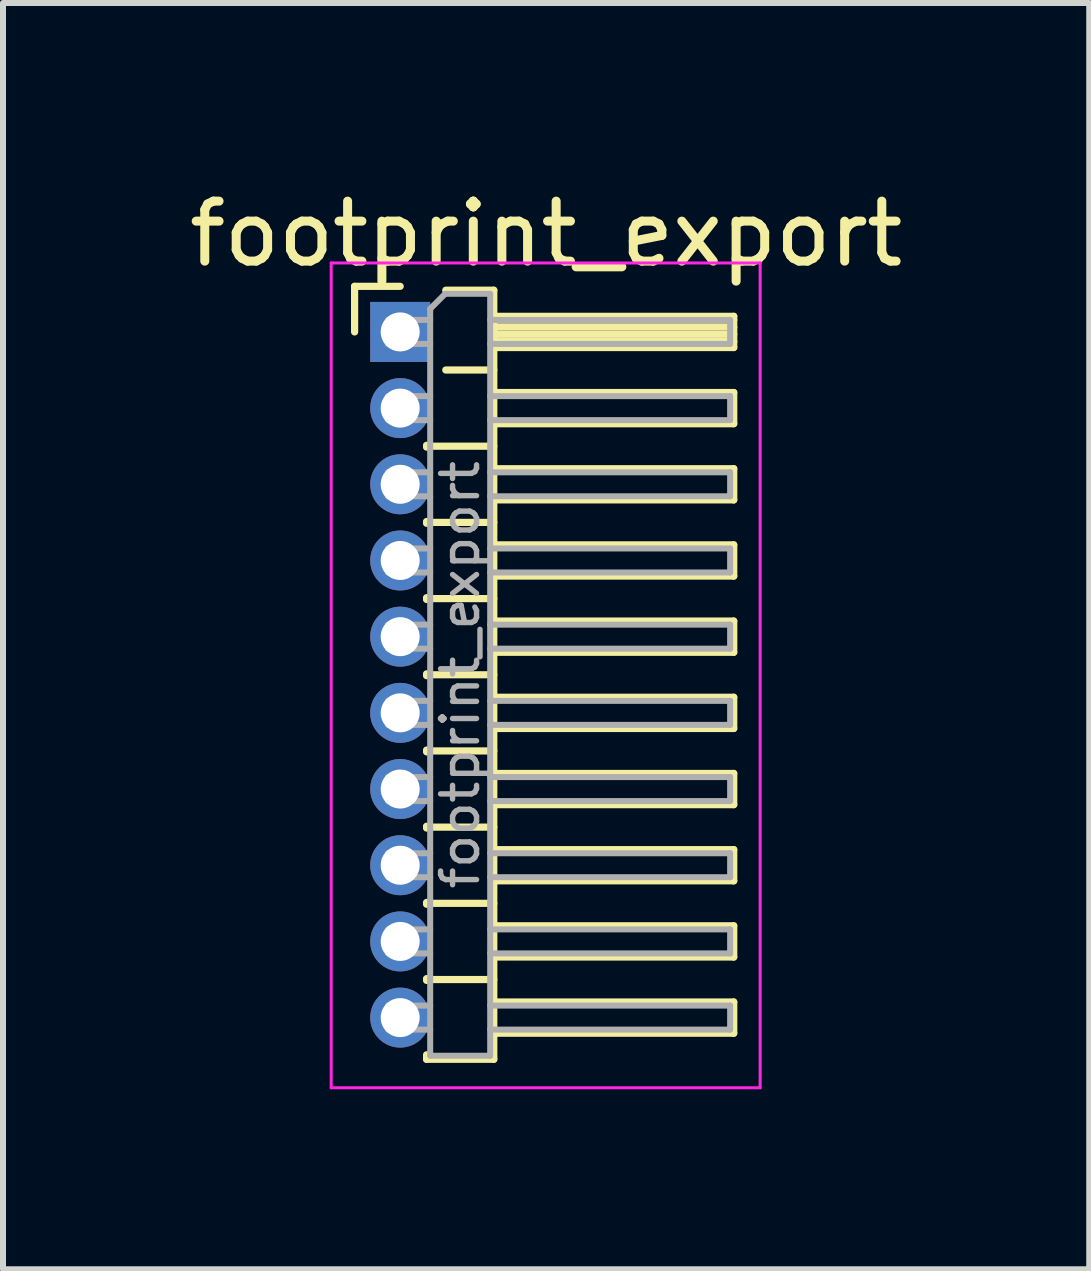
<source format=kicad_pcb>
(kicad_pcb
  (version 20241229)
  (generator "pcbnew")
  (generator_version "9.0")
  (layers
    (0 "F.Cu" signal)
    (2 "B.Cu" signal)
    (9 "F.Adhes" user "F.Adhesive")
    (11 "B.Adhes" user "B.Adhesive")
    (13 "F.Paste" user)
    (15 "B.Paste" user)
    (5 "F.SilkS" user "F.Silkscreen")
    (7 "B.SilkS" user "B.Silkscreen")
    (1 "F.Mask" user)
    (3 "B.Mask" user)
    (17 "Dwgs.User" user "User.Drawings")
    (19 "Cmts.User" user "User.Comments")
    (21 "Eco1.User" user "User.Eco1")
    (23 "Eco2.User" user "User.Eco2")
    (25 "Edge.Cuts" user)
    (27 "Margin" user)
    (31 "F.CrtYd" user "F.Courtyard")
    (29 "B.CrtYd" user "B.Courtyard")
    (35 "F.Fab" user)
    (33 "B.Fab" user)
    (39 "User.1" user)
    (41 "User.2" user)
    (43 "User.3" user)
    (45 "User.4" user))
  (footprint "footprint_export"
    (layer "F.Cu")
    (at 3.621 2.483)
    (property "Reference" "footprint_export" (at 2.433 -1.635 0) (layer "F.SilkS") (effects (font (size 1 1) (thickness 0.15))))
    (attr through_hole)
    (fp_line (start -0.76 -0.76) (end 0 -0.76) (stroke (width 0.12) (type solid)) (layer "F.SilkS"))
    (fp_line (start -0.76 0) (end -0.76 -0.76) (stroke (width 0.12) (type solid)) (layer "F.SilkS"))
    (fp_line (start 0.44 1.89) (end 0.44 1.92) (stroke (width 0.12) (type solid)) (layer "F.SilkS"))
    (fp_line (start 0.44 1.905) (end 1.56 1.905) (stroke (width 0.12) (type solid)) (layer "F.SilkS"))
    (fp_line (start 0.44 3.16) (end 0.44 3.19) (stroke (width 0.12) (type solid)) (layer "F.SilkS"))
    (fp_line (start 0.44 3.175) (end 1.56 3.175) (stroke (width 0.12) (type solid)) (layer "F.SilkS"))
    (fp_line (start 0.44 4.43) (end 0.44 4.46) (stroke (width 0.12) (type solid)) (layer "F.SilkS"))
    (fp_line (start 0.44 4.445) (end 1.56 4.445) (stroke (width 0.12) (type solid)) (layer "F.SilkS"))
    (fp_line (start 0.44 5.7) (end 0.44 5.73) (stroke (width 0.12) (type solid)) (layer "F.SilkS"))
    (fp_line (start 0.44 5.715) (end 1.56 5.715) (stroke (width 0.12) (type solid)) (layer "F.SilkS"))
    (fp_line (start 0.44 6.97) (end 0.44 7) (stroke (width 0.12) (type solid)) (layer "F.SilkS"))
    (fp_line (start 0.44 6.985) (end 1.56 6.985) (stroke (width 0.12) (type solid)) (layer "F.SilkS"))
    (fp_line (start 0.44 8.24) (end 0.44 8.27) (stroke (width 0.12) (type solid)) (layer "F.SilkS"))
    (fp_line (start 0.44 8.255) (end 1.56 8.255) (stroke (width 0.12) (type solid)) (layer "F.SilkS"))
    (fp_line (start 0.44 9.51) (end 0.44 9.54) (stroke (width 0.12) (type solid)) (layer "F.SilkS"))
    (fp_line (start 0.44 9.525) (end 1.56 9.525) (stroke (width 0.12) (type solid)) (layer "F.SilkS"))
    (fp_line (start 0.44 10.78) (end 0.44 10.81) (stroke (width 0.12) (type solid)) (layer "F.SilkS"))
    (fp_line (start 0.44 10.795) (end 1.56 10.795) (stroke (width 0.12) (type solid)) (layer "F.SilkS"))
    (fp_line (start 0.44 12.125) (end 0.44 12.05) (stroke (width 0.12) (type solid)) (layer "F.SilkS"))
    (fp_line (start 0.76 -0.695) (end 1.56 -0.695) (stroke (width 0.12) (type solid)) (layer "F.SilkS"))
    (fp_line (start 0.76 0.635) (end 1.56 0.635) (stroke (width 0.12) (type solid)) (layer "F.SilkS"))
    (fp_line (start 1.56 -0.695) (end 1.56 12.125) (stroke (width 0.12) (type solid)) (layer "F.SilkS"))
    (fp_line (start 1.56 -0.26) (end 5.56 -0.26) (stroke (width 0.12) (type solid)) (layer "F.SilkS"))
    (fp_line (start 1.56 -0.2) (end 5.56 -0.2) (stroke (width 0.12) (type solid)) (layer "F.SilkS"))
    (fp_line (start 1.56 -0.08) (end 5.56 -0.08) (stroke (width 0.12) (type solid)) (layer "F.SilkS"))
    (fp_line (start 1.56 0.04) (end 5.56 0.04) (stroke (width 0.12) (type solid)) (layer "F.SilkS"))
    (fp_line (start 1.56 0.16) (end 5.56 0.16) (stroke (width 0.12) (type solid)) (layer "F.SilkS"))
    (fp_line (start 1.56 1.01) (end 5.56 1.01) (stroke (width 0.12) (type solid)) (layer "F.SilkS"))
    (fp_line (start 1.56 2.28) (end 5.56 2.28) (stroke (width 0.12) (type solid)) (layer "F.SilkS"))
    (fp_line (start 1.56 3.55) (end 5.56 3.55) (stroke (width 0.12) (type solid)) (layer "F.SilkS"))
    (fp_line (start 1.56 4.82) (end 5.56 4.82) (stroke (width 0.12) (type solid)) (layer "F.SilkS"))
    (fp_line (start 1.56 6.09) (end 5.56 6.09) (stroke (width 0.12) (type solid)) (layer "F.SilkS"))
    (fp_line (start 1.56 7.36) (end 5.56 7.36) (stroke (width 0.12) (type solid)) (layer "F.SilkS"))
    (fp_line (start 1.56 8.63) (end 5.56 8.63) (stroke (width 0.12) (type solid)) (layer "F.SilkS"))
    (fp_line (start 1.56 9.9) (end 5.56 9.9) (stroke (width 0.12) (type solid)) (layer "F.SilkS"))
    (fp_line (start 1.56 11.17) (end 5.56 11.17) (stroke (width 0.12) (type solid)) (layer "F.SilkS"))
    (fp_line (start 1.56 12.125) (end 0.44 12.125) (stroke (width 0.12) (type solid)) (layer "F.SilkS"))
    (fp_line (start 5.56 -0.26) (end 5.56 0.26) (stroke (width 0.12) (type solid)) (layer "F.SilkS"))
    (fp_line (start 5.56 0.26) (end 1.56 0.26) (stroke (width 0.12) (type solid)) (layer "F.SilkS"))
    (fp_line (start 5.56 1.01) (end 5.56 1.53) (stroke (width 0.12) (type solid)) (layer "F.SilkS"))
    (fp_line (start 5.56 1.53) (end 1.56 1.53) (stroke (width 0.12) (type solid)) (layer "F.SilkS"))
    (fp_line (start 5.56 2.28) (end 5.56 2.8) (stroke (width 0.12) (type solid)) (layer "F.SilkS"))
    (fp_line (start 5.56 2.8) (end 1.56 2.8) (stroke (width 0.12) (type solid)) (layer "F.SilkS"))
    (fp_line (start 5.56 3.55) (end 5.56 4.07) (stroke (width 0.12) (type solid)) (layer "F.SilkS"))
    (fp_line (start 5.56 4.07) (end 1.56 4.07) (stroke (width 0.12) (type solid)) (layer "F.SilkS"))
    (fp_line (start 5.56 4.82) (end 5.56 5.34) (stroke (width 0.12) (type solid)) (layer "F.SilkS"))
    (fp_line (start 5.56 5.34) (end 1.56 5.34) (stroke (width 0.12) (type solid)) (layer "F.SilkS"))
    (fp_line (start 5.56 6.09) (end 5.56 6.61) (stroke (width 0.12) (type solid)) (layer "F.SilkS"))
    (fp_line (start 5.56 6.61) (end 1.56 6.61) (stroke (width 0.12) (type solid)) (layer "F.SilkS"))
    (fp_line (start 5.56 7.36) (end 5.56 7.88) (stroke (width 0.12) (type solid)) (layer "F.SilkS"))
    (fp_line (start 5.56 7.88) (end 1.56 7.88) (stroke (width 0.12) (type solid)) (layer "F.SilkS"))
    (fp_line (start 5.56 8.63) (end 5.56 9.15) (stroke (width 0.12) (type solid)) (layer "F.SilkS"))
    (fp_line (start 5.56 9.15) (end 1.56 9.15) (stroke (width 0.12) (type solid)) (layer "F.SilkS"))
    (fp_line (start 5.56 9.9) (end 5.56 10.42) (stroke (width 0.12) (type solid)) (layer "F.SilkS"))
    (fp_line (start 5.56 10.42) (end 1.56 10.42) (stroke (width 0.12) (type solid)) (layer "F.SilkS"))
    (fp_line (start 5.56 11.17) (end 5.56 11.69) (stroke (width 0.12) (type solid)) (layer "F.SilkS"))
    (fp_line (start 5.56 11.69) (end 1.56 11.69) (stroke (width 0.12) (type solid)) (layer "F.SilkS"))
    (fp_line (start -1.15 -1.15) (end -1.15 12.6) (stroke (width 0.05) (type solid)) (layer "F.CrtYd"))
    (fp_line (start -1.15 12.6) (end 6 12.6) (stroke (width 0.05) (type solid)) (layer "F.CrtYd"))
    (fp_line (start 6 -1.15) (end -1.15 -1.15) (stroke (width 0.05) (type solid)) (layer "F.CrtYd"))
    (fp_line (start 6 12.6) (end 6 -1.15) (stroke (width 0.05) (type solid)) (layer "F.CrtYd"))
    (fp_line (start -0.2 -0.2) (end -0.2 0.2) (stroke (width 0.1) (type solid)) (layer "F.Fab"))
    (fp_line (start -0.2 -0.2) (end 0.5 -0.2) (stroke (width 0.1) (type solid)) (layer "F.Fab"))
    (fp_line (start -0.2 0.2) (end 0.5 0.2) (stroke (width 0.1) (type solid)) (layer "F.Fab"))
    (fp_line (start -0.2 1.07) (end -0.2 1.47) (stroke (width 0.1) (type solid)) (layer "F.Fab"))
    (fp_line (start -0.2 1.07) (end 0.5 1.07) (stroke (width 0.1) (type solid)) (layer "F.Fab"))
    (fp_line (start -0.2 1.47) (end 0.5 1.47) (stroke (width 0.1) (type solid)) (layer "F.Fab"))
    (fp_line (start -0.2 2.34) (end -0.2 2.74) (stroke (width 0.1) (type solid)) (layer "F.Fab"))
    (fp_line (start -0.2 2.34) (end 0.5 2.34) (stroke (width 0.1) (type solid)) (layer "F.Fab"))
    (fp_line (start -0.2 2.74) (end 0.5 2.74) (stroke (width 0.1) (type solid)) (layer "F.Fab"))
    (fp_line (start -0.2 3.61) (end -0.2 4.01) (stroke (width 0.1) (type solid)) (layer "F.Fab"))
    (fp_line (start -0.2 3.61) (end 0.5 3.61) (stroke (width 0.1) (type solid)) (layer "F.Fab"))
    (fp_line (start -0.2 4.01) (end 0.5 4.01) (stroke (width 0.1) (type solid)) (layer "F.Fab"))
    (fp_line (start -0.2 4.88) (end -0.2 5.28) (stroke (width 0.1) (type solid)) (layer "F.Fab"))
    (fp_line (start -0.2 4.88) (end 0.5 4.88) (stroke (width 0.1) (type solid)) (layer "F.Fab"))
    (fp_line (start -0.2 5.28) (end 0.5 5.28) (stroke (width 0.1) (type solid)) (layer "F.Fab"))
    (fp_line (start -0.2 6.15) (end -0.2 6.55) (stroke (width 0.1) (type solid)) (layer "F.Fab"))
    (fp_line (start -0.2 6.15) (end 0.5 6.15) (stroke (width 0.1) (type solid)) (layer "F.Fab"))
    (fp_line (start -0.2 6.55) (end 0.5 6.55) (stroke (width 0.1) (type solid)) (layer "F.Fab"))
    (fp_line (start -0.2 7.42) (end -0.2 7.82) (stroke (width 0.1) (type solid)) (layer "F.Fab"))
    (fp_line (start -0.2 7.42) (end 0.5 7.42) (stroke (width 0.1) (type solid)) (layer "F.Fab"))
    (fp_line (start -0.2 7.82) (end 0.5 7.82) (stroke (width 0.1) (type solid)) (layer "F.Fab"))
    (fp_line (start -0.2 8.69) (end -0.2 9.09) (stroke (width 0.1) (type solid)) (layer "F.Fab"))
    (fp_line (start -0.2 8.69) (end 0.5 8.69) (stroke (width 0.1) (type solid)) (layer "F.Fab"))
    (fp_line (start -0.2 9.09) (end 0.5 9.09) (stroke (width 0.1) (type solid)) (layer "F.Fab"))
    (fp_line (start -0.2 9.96) (end -0.2 10.36) (stroke (width 0.1) (type solid)) (layer "F.Fab"))
    (fp_line (start -0.2 9.96) (end 0.5 9.96) (stroke (width 0.1) (type solid)) (layer "F.Fab"))
    (fp_line (start -0.2 10.36) (end 0.5 10.36) (stroke (width 0.1) (type solid)) (layer "F.Fab"))
    (fp_line (start -0.2 11.23) (end -0.2 11.63) (stroke (width 0.1) (type solid)) (layer "F.Fab"))
    (fp_line (start -0.2 11.23) (end 0.5 11.23) (stroke (width 0.1) (type solid)) (layer "F.Fab"))
    (fp_line (start -0.2 11.63) (end 0.5 11.63) (stroke (width 0.1) (type solid)) (layer "F.Fab"))
    (fp_line (start 0.5 -0.385) (end 0.75 -0.635) (stroke (width 0.1) (type solid)) (layer "F.Fab"))
    (fp_line (start 0.5 12.065) (end 0.5 -0.385) (stroke (width 0.1) (type solid)) (layer "F.Fab"))
    (fp_line (start 0.75 -0.635) (end 1.5 -0.635) (stroke (width 0.1) (type solid)) (layer "F.Fab"))
    (fp_line (start 1.5 -0.635) (end 1.5 12.065) (stroke (width 0.1) (type solid)) (layer "F.Fab"))
    (fp_line (start 1.5 -0.2) (end 5.5 -0.2) (stroke (width 0.1) (type solid)) (layer "F.Fab"))
    (fp_line (start 1.5 0.2) (end 5.5 0.2) (stroke (width 0.1) (type solid)) (layer "F.Fab"))
    (fp_line (start 1.5 1.07) (end 5.5 1.07) (stroke (width 0.1) (type solid)) (layer "F.Fab"))
    (fp_line (start 1.5 1.47) (end 5.5 1.47) (stroke (width 0.1) (type solid)) (layer "F.Fab"))
    (fp_line (start 1.5 2.34) (end 5.5 2.34) (stroke (width 0.1) (type solid)) (layer "F.Fab"))
    (fp_line (start 1.5 2.74) (end 5.5 2.74) (stroke (width 0.1) (type solid)) (layer "F.Fab"))
    (fp_line (start 1.5 3.61) (end 5.5 3.61) (stroke (width 0.1) (type solid)) (layer "F.Fab"))
    (fp_line (start 1.5 4.01) (end 5.5 4.01) (stroke (width 0.1) (type solid)) (layer "F.Fab"))
    (fp_line (start 1.5 4.88) (end 5.5 4.88) (stroke (width 0.1) (type solid)) (layer "F.Fab"))
    (fp_line (start 1.5 5.28) (end 5.5 5.28) (stroke (width 0.1) (type solid)) (layer "F.Fab"))
    (fp_line (start 1.5 6.15) (end 5.5 6.15) (stroke (width 0.1) (type solid)) (layer "F.Fab"))
    (fp_line (start 1.5 6.55) (end 5.5 6.55) (stroke (width 0.1) (type solid)) (layer "F.Fab"))
    (fp_line (start 1.5 7.42) (end 5.5 7.42) (stroke (width 0.1) (type solid)) (layer "F.Fab"))
    (fp_line (start 1.5 7.82) (end 5.5 7.82) (stroke (width 0.1) (type solid)) (layer "F.Fab"))
    (fp_line (start 1.5 8.69) (end 5.5 8.69) (stroke (width 0.1) (type solid)) (layer "F.Fab"))
    (fp_line (start 1.5 9.09) (end 5.5 9.09) (stroke (width 0.1) (type solid)) (layer "F.Fab"))
    (fp_line (start 1.5 9.96) (end 5.5 9.96) (stroke (width 0.1) (type solid)) (layer "F.Fab"))
    (fp_line (start 1.5 10.36) (end 5.5 10.36) (stroke (width 0.1) (type solid)) (layer "F.Fab"))
    (fp_line (start 1.5 11.23) (end 5.5 11.23) (stroke (width 0.1) (type solid)) (layer "F.Fab"))
    (fp_line (start 1.5 11.63) (end 5.5 11.63) (stroke (width 0.1) (type solid)) (layer "F.Fab"))
    (fp_line (start 1.5 12.065) (end 0.5 12.065) (stroke (width 0.1) (type solid)) (layer "F.Fab"))
    (fp_line (start 5.5 -0.2) (end 5.5 0.2) (stroke (width 0.1) (type solid)) (layer "F.Fab"))
    (fp_line (start 5.5 1.07) (end 5.5 1.47) (stroke (width 0.1) (type solid)) (layer "F.Fab"))
    (fp_line (start 5.5 2.34) (end 5.5 2.74) (stroke (width 0.1) (type solid)) (layer "F.Fab"))
    (fp_line (start 5.5 3.61) (end 5.5 4.01) (stroke (width 0.1) (type solid)) (layer "F.Fab"))
    (fp_line (start 5.5 4.88) (end 5.5 5.28) (stroke (width 0.1) (type solid)) (layer "F.Fab"))
    (fp_line (start 5.5 6.15) (end 5.5 6.55) (stroke (width 0.1) (type solid)) (layer "F.Fab"))
    (fp_line (start 5.5 7.42) (end 5.5 7.82) (stroke (width 0.1) (type solid)) (layer "F.Fab"))
    (fp_line (start 5.5 8.69) (end 5.5 9.09) (stroke (width 0.1) (type solid)) (layer "F.Fab"))
    (fp_line (start 5.5 9.96) (end 5.5 10.36) (stroke (width 0.1) (type solid)) (layer "F.Fab"))
    (fp_line (start 5.5 11.23) (end 5.5 11.63) (stroke (width 0.1) (type solid)) (layer "F.Fab"))
    (fp_text user "${REFERENCE}" (at 1 5.715 90) (layer "F.Fab") (effects (font (size 0.6 0.6) (thickness 0.09))))
    (pad "1" thru_hole rect (at 0 0) (size 1 1) (drill 0.65) (layers "*.Cu" "*.Mask"))
    (pad "2" thru_hole oval (at 0 1.27) (size 1 1) (drill 0.65) (layers "*.Cu" "*.Mask"))
    (pad "3" thru_hole oval (at 0 2.54) (size 1 1) (drill 0.65) (layers "*.Cu" "*.Mask"))
    (pad "4" thru_hole oval (at 0 3.81) (size 1 1) (drill 0.65) (layers "*.Cu" "*.Mask"))
    (pad "5" thru_hole oval (at 0 5.08) (size 1 1) (drill 0.65) (layers "*.Cu" "*.Mask"))
    (pad "6" thru_hole oval (at 0 6.35) (size 1 1) (drill 0.65) (layers "*.Cu" "*.Mask"))
    (pad "7" thru_hole oval (at 0 7.62) (size 1 1) (drill 0.65) (layers "*.Cu" "*.Mask"))
    (pad "8" thru_hole oval (at 0 8.89) (size 1 1) (drill 0.65) (layers "*.Cu" "*.Mask"))
    (pad "9" thru_hole oval (at 0 10.16) (size 1 1) (drill 0.65) (layers "*.Cu" "*.Mask"))
    (pad "10" thru_hole oval (at 0 11.43) (size 1 1) (drill 0.65) (layers "*.Cu" "*.Mask")))
  (gr_rect
    (start -3 -3)
    (end 15.107 18.108)
    (stroke (width 0.1) (type default))
    (fill no)
    (layer "Edge.Cuts")))
</source>
